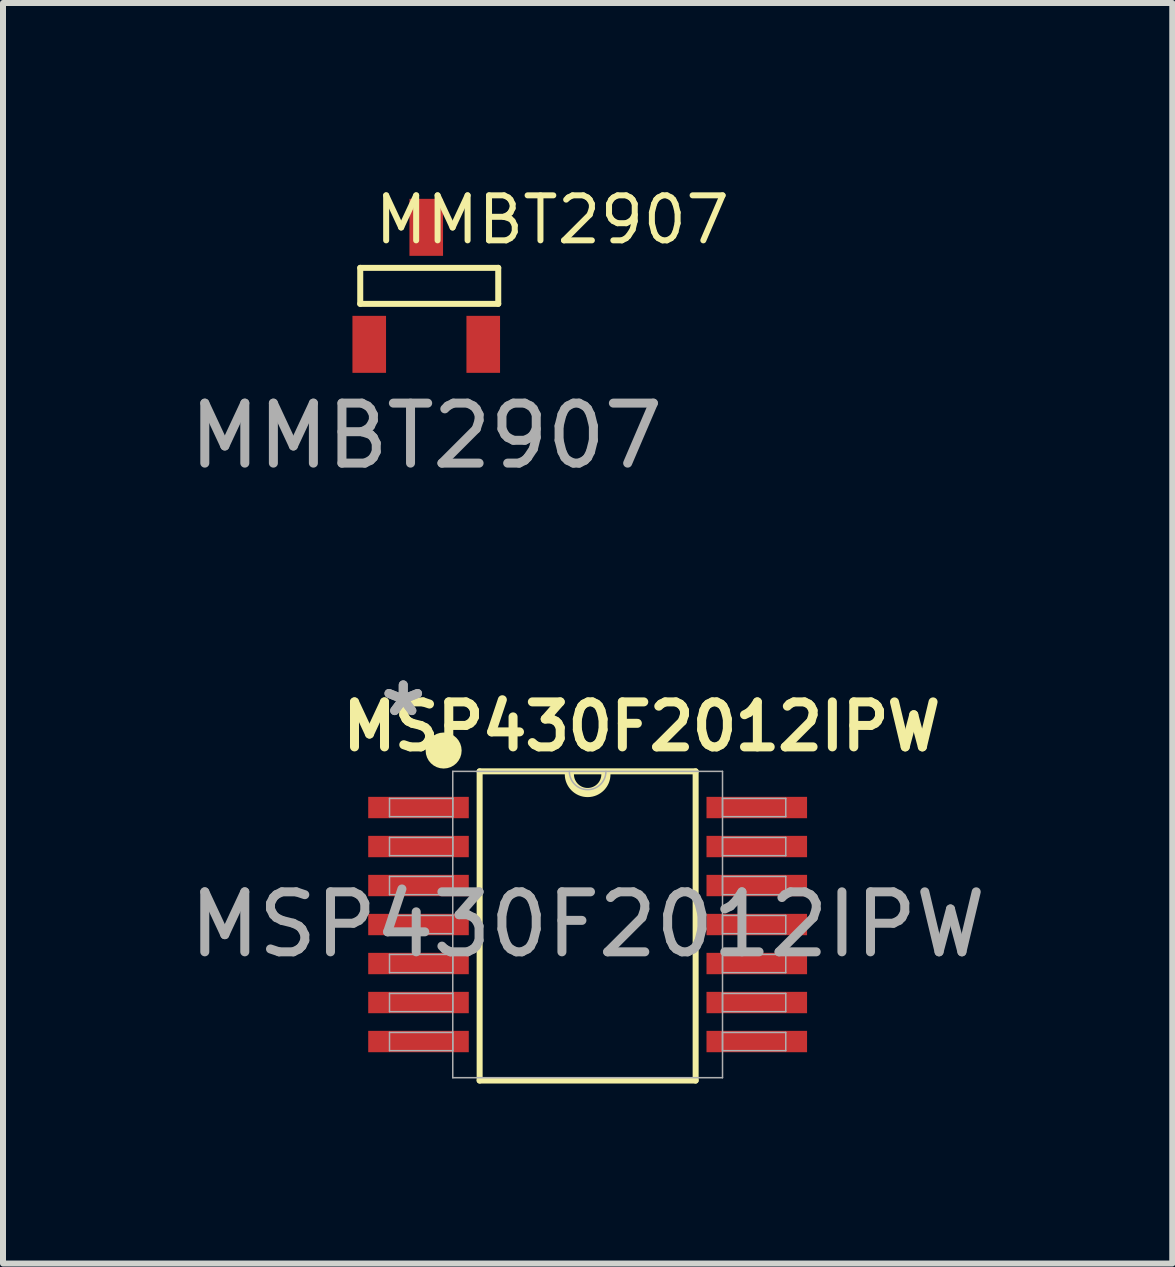
<source format=kicad_pcb>
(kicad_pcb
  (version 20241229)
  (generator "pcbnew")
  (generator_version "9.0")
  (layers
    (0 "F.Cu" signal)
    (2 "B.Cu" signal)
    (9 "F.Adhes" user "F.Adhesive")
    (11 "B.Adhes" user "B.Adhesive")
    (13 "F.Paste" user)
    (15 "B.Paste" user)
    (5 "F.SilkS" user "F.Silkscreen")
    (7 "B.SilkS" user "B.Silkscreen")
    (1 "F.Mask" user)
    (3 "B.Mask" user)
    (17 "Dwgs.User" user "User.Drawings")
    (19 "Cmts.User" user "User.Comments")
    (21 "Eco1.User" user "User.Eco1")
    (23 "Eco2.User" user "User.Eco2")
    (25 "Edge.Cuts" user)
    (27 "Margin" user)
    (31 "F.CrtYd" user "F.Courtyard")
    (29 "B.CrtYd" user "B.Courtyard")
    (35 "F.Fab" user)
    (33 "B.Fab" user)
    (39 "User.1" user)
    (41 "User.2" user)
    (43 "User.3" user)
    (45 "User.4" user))
  (footprint "MSP430F2012IPW"
    (layer "F.Cu")
    (at 6.744 12.359)
    (property "Reference" "MSP430F2012IPW" (at 0.9 -3.3 0) (unlocked yes) (layer "F.SilkS") (effects (font (size 0.75 0.75) (thickness 0.15))))
    (attr smd)
    (fp_line (start -1.8 -2.553) (end -1.8 2.6) (stroke (width 0.1) (type default)) (layer "F.SilkS"))
    (fp_line (start 1.8 -2.553) (end -1.8 -2.553) (stroke (width 0.1) (type solid)) (layer "F.SilkS"))
    (fp_line (start 1.8 -2.553) (end 1.8 2.6) (stroke (width 0.1) (type default)) (layer "F.SilkS"))
    (fp_line (start 1.8 2.6) (end -1.8 2.6) (stroke (width 0.1) (type default)) (layer "F.SilkS"))
    (fp_arc (start 0.3048 -2.5048) (mid 0 -2.2) (end -0.3048 -2.5048) (stroke (width 0.1524) (type solid)) (layer "F.SilkS"))
    (fp_circle (center -2.4 -2.9) (end -2.25 -2.9) (stroke (width 0.3) (type default)) (fill no) (layer "F.SilkS"))
    (fp_line (start -3.302 -2.102) (end -3.302 -1.798) (stroke (width 0.025) (type solid)) (layer "F.Fab"))
    (fp_line (start -3.302 -1.798) (end -2.248 -1.798) (stroke (width 0.025) (type solid)) (layer "F.Fab"))
    (fp_line (start -3.302 -1.452) (end -3.302 -1.148) (stroke (width 0.025) (type solid)) (layer "F.Fab"))
    (fp_line (start -3.302 -1.148) (end -2.248 -1.148) (stroke (width 0.025) (type solid)) (layer "F.Fab"))
    (fp_line (start -3.302 -0.802) (end -3.302 -0.498) (stroke (width 0.025) (type solid)) (layer "F.Fab"))
    (fp_line (start -3.302 -0.498) (end -2.248 -0.498) (stroke (width 0.025) (type solid)) (layer "F.Fab"))
    (fp_line (start -3.302 -0.152) (end -3.302 0.152) (stroke (width 0.025) (type solid)) (layer "F.Fab"))
    (fp_line (start -3.302 0.152) (end -2.248 0.152) (stroke (width 0.025) (type solid)) (layer "F.Fab"))
    (fp_line (start -3.302 0.498) (end -3.302 0.802) (stroke (width 0.025) (type solid)) (layer "F.Fab"))
    (fp_line (start -3.302 0.802) (end -2.248 0.802) (stroke (width 0.025) (type solid)) (layer "F.Fab"))
    (fp_line (start -3.302 1.148) (end -3.302 1.452) (stroke (width 0.025) (type solid)) (layer "F.Fab"))
    (fp_line (start -3.302 1.452) (end -2.248 1.452) (stroke (width 0.025) (type solid)) (layer "F.Fab"))
    (fp_line (start -3.302 1.798) (end -3.302 2.102) (stroke (width 0.025) (type solid)) (layer "F.Fab"))
    (fp_line (start -3.302 2.102) (end -2.248 2.102) (stroke (width 0.025) (type solid)) (layer "F.Fab"))
    (fp_line (start -2.248 -2.553) (end -2.248 2.553) (stroke (width 0.025) (type solid)) (layer "F.Fab"))
    (fp_line (start -2.248 -2.102) (end -3.302 -2.102) (stroke (width 0.025) (type solid)) (layer "F.Fab"))
    (fp_line (start -2.248 -1.798) (end -2.248 -2.102) (stroke (width 0.025) (type solid)) (layer "F.Fab"))
    (fp_line (start -2.248 -1.452) (end -3.302 -1.452) (stroke (width 0.025) (type solid)) (layer "F.Fab"))
    (fp_line (start -2.248 -1.148) (end -2.248 -1.452) (stroke (width 0.025) (type solid)) (layer "F.Fab"))
    (fp_line (start -2.248 -0.802) (end -3.302 -0.802) (stroke (width 0.025) (type solid)) (layer "F.Fab"))
    (fp_line (start -2.248 -0.498) (end -2.248 -0.802) (stroke (width 0.025) (type solid)) (layer "F.Fab"))
    (fp_line (start -2.248 -0.152) (end -3.302 -0.152) (stroke (width 0.025) (type solid)) (layer "F.Fab"))
    (fp_line (start -2.248 0.152) (end -2.248 -0.152) (stroke (width 0.025) (type solid)) (layer "F.Fab"))
    (fp_line (start -2.248 0.498) (end -3.302 0.498) (stroke (width 0.025) (type solid)) (layer "F.Fab"))
    (fp_line (start -2.248 0.802) (end -2.248 0.498) (stroke (width 0.025) (type solid)) (layer "F.Fab"))
    (fp_line (start -2.248 1.148) (end -3.302 1.148) (stroke (width 0.025) (type solid)) (layer "F.Fab"))
    (fp_line (start -2.248 1.452) (end -2.248 1.148) (stroke (width 0.025) (type solid)) (layer "F.Fab"))
    (fp_line (start -2.248 1.798) (end -3.302 1.798) (stroke (width 0.025) (type solid)) (layer "F.Fab"))
    (fp_line (start -2.248 2.102) (end -2.248 1.798) (stroke (width 0.025) (type solid)) (layer "F.Fab"))
    (fp_line (start -2.248 2.553) (end 2.248 2.553) (stroke (width 0.025) (type solid)) (layer "F.Fab"))
    (fp_line (start 2.248 -2.553) (end -2.248 -2.553) (stroke (width 0.025) (type solid)) (layer "F.Fab"))
    (fp_line (start 2.248 -2.102) (end 2.248 -1.798) (stroke (width 0.025) (type solid)) (layer "F.Fab"))
    (fp_line (start 2.248 -1.798) (end 3.302 -1.798) (stroke (width 0.025) (type solid)) (layer "F.Fab"))
    (fp_line (start 2.248 -1.452) (end 2.248 -1.148) (stroke (width 0.025) (type solid)) (layer "F.Fab"))
    (fp_line (start 2.248 -1.148) (end 3.302 -1.148) (stroke (width 0.025) (type solid)) (layer "F.Fab"))
    (fp_line (start 2.248 -0.802) (end 2.248 -0.498) (stroke (width 0.025) (type solid)) (layer "F.Fab"))
    (fp_line (start 2.248 -0.498) (end 3.302 -0.498) (stroke (width 0.025) (type solid)) (layer "F.Fab"))
    (fp_line (start 2.248 -0.152) (end 2.248 0.152) (stroke (width 0.025) (type solid)) (layer "F.Fab"))
    (fp_line (start 2.248 0.152) (end 3.302 0.152) (stroke (width 0.025) (type solid)) (layer "F.Fab"))
    (fp_line (start 2.248 0.498) (end 2.248 0.802) (stroke (width 0.025) (type solid)) (layer "F.Fab"))
    (fp_line (start 2.248 0.802) (end 3.302 0.802) (stroke (width 0.025) (type solid)) (layer "F.Fab"))
    (fp_line (start 2.248 1.148) (end 2.248 1.452) (stroke (width 0.025) (type solid)) (layer "F.Fab"))
    (fp_line (start 2.248 1.452) (end 3.302 1.452) (stroke (width 0.025) (type solid)) (layer "F.Fab"))
    (fp_line (start 2.248 1.798) (end 2.248 2.102) (stroke (width 0.025) (type solid)) (layer "F.Fab"))
    (fp_line (start 2.248 2.102) (end 3.302 2.102) (stroke (width 0.025) (type solid)) (layer "F.Fab"))
    (fp_line (start 2.248 2.553) (end 2.248 -2.553) (stroke (width 0.025) (type solid)) (layer "F.Fab"))
    (fp_line (start 3.302 -2.102) (end 2.248 -2.102) (stroke (width 0.025) (type solid)) (layer "F.Fab"))
    (fp_line (start 3.302 -1.798) (end 3.302 -2.102) (stroke (width 0.025) (type solid)) (layer "F.Fab"))
    (fp_line (start 3.302 -1.452) (end 2.248 -1.452) (stroke (width 0.025) (type solid)) (layer "F.Fab"))
    (fp_line (start 3.302 -1.148) (end 3.302 -1.452) (stroke (width 0.025) (type solid)) (layer "F.Fab"))
    (fp_line (start 3.302 -0.802) (end 2.248 -0.802) (stroke (width 0.025) (type solid)) (layer "F.Fab"))
    (fp_line (start 3.302 -0.498) (end 3.302 -0.802) (stroke (width 0.025) (type solid)) (layer "F.Fab"))
    (fp_line (start 3.302 -0.152) (end 2.248 -0.152) (stroke (width 0.025) (type solid)) (layer "F.Fab"))
    (fp_line (start 3.302 0.152) (end 3.302 -0.152) (stroke (width 0.025) (type solid)) (layer "F.Fab"))
    (fp_line (start 3.302 0.498) (end 2.248 0.498) (stroke (width 0.025) (type solid)) (layer "F.Fab"))
    (fp_line (start 3.302 0.802) (end 3.302 0.498) (stroke (width 0.025) (type solid)) (layer "F.Fab"))
    (fp_line (start 3.302 1.148) (end 2.248 1.148) (stroke (width 0.025) (type solid)) (layer "F.Fab"))
    (fp_line (start 3.302 1.452) (end 3.302 1.148) (stroke (width 0.025) (type solid)) (layer "F.Fab"))
    (fp_line (start 3.302 1.798) (end 2.248 1.798) (stroke (width 0.025) (type solid)) (layer "F.Fab"))
    (fp_line (start 3.302 2.102) (end 3.302 1.798) (stroke (width 0.025) (type solid)) (layer "F.Fab"))
    (fp_arc (start 0.3048 -2.5527) (mid 0 -2.2479) (end -0.3048 -2.5527) (stroke (width 0.0254) (type solid)) (layer "F.Fab"))
    (fp_text user "*" (at -3.073 -3.449 0) (unlocked yes) (layer "F.Fab") (effects (font (size 1 1) (thickness 0.15))))
    (fp_text user "${REFERENCE}" (at 0 0 0) (unlocked yes) (layer "F.Fab") (effects (font (size 1 1) (thickness 0.15))))
    (fp_text user "*" (at -3.073 -3.449 0) (layer "F.Fab") (effects (font (size 1 1) (thickness 0.15))))
    (pad "1" smd rect (at -2.819 -1.95) (size 1.676 0.356) (layers "F.Cu" "F.Mask" "F.Paste"))
    (pad "2" smd rect (at -2.819 -1.3) (size 1.676 0.356) (layers "F.Cu" "F.Mask" "F.Paste"))
    (pad "3" smd rect (at -2.819 -0.65) (size 1.676 0.356) (layers "F.Cu" "F.Mask" "F.Paste"))
    (pad "4" smd rect (at -2.819 0) (size 1.676 0.356) (layers "F.Cu" "F.Mask" "F.Paste"))
    (pad "5" smd rect (at -2.819 0.65) (size 1.676 0.356) (layers "F.Cu" "F.Mask" "F.Paste"))
    (pad "6" smd rect (at -2.819 1.3) (size 1.676 0.356) (layers "F.Cu" "F.Mask" "F.Paste"))
    (pad "7" smd rect (at -2.819 1.95) (size 1.676 0.356) (layers "F.Cu" "F.Mask" "F.Paste"))
    (pad "8" smd rect (at 2.819 1.95) (size 1.676 0.356) (layers "F.Cu" "F.Mask" "F.Paste"))
    (pad "9" smd rect (at 2.819 1.3) (size 1.676 0.356) (layers "F.Cu" "F.Mask" "F.Paste"))
    (pad "10" smd rect (at 2.819 0.65) (size 1.676 0.356) (layers "F.Cu" "F.Mask" "F.Paste"))
    (pad "11" smd rect (at 2.819 0) (size 1.676 0.356) (layers "F.Cu" "F.Mask" "F.Paste"))
    (pad "12" smd rect (at 2.819 -0.65) (size 1.676 0.356) (layers "F.Cu" "F.Mask" "F.Paste"))
    (pad "13" smd rect (at 2.819 -1.3) (size 1.676 0.356) (layers "F.Cu" "F.Mask" "F.Paste"))
    (pad "14" smd rect (at 2.819 -1.95) (size 1.676 0.356) (layers "F.Cu" "F.Mask" "F.Paste")))
  (footprint "MMBT2907"
    (layer "F.Cu")
    (at 4.054 1.714)
    (property "Reference" "MMBT2907" (at 2.1 -1.1 0) (unlocked yes) (layer "F.SilkS") (effects (font (size 0.75 0.75) (thickness 0.1))))
    (attr through_hole)
    (fp_line (start -1.1 -0.3) (end -1.1 0.3) (stroke (width 0.1) (type default)) (layer "F.SilkS"))
    (fp_line (start -1.1 0.3) (end 1.2 0.3) (stroke (width 0.1) (type default)) (layer "F.SilkS"))
    (fp_line (start 1.2 -0.3) (end -1.1 -0.3) (stroke (width 0.1) (type default)) (layer "F.SilkS"))
    (fp_line (start 1.2 0.3) (end 1.2 -0.3) (stroke (width 0.1) (type default)) (layer "F.SilkS"))
    (fp_text user "${REFERENCE}" (at 0 2.5 0) (unlocked yes) (layer "F.Fab") (effects (font (size 1 1) (thickness 0.15))))
    (pad "1" smd rect (at -0.95 0.975) (size 0.56 0.95) (layers "F.Cu" "F.Mask" "F.Paste"))
    (pad "2" smd rect (at 0.95 0.975) (size 0.56 0.95) (layers "F.Cu" "F.Mask" "F.Paste"))
    (pad "3" smd rect (at 0 -0.975) (size 0.56 0.95) (layers "F.Cu" "F.Mask" "F.Paste")))
  (gr_rect
    (start -3 -3)
    (end 16.488 18.009)
    (stroke (width 0.1) (type default))
    (fill no)
    (layer "Edge.Cuts")))
</source>
